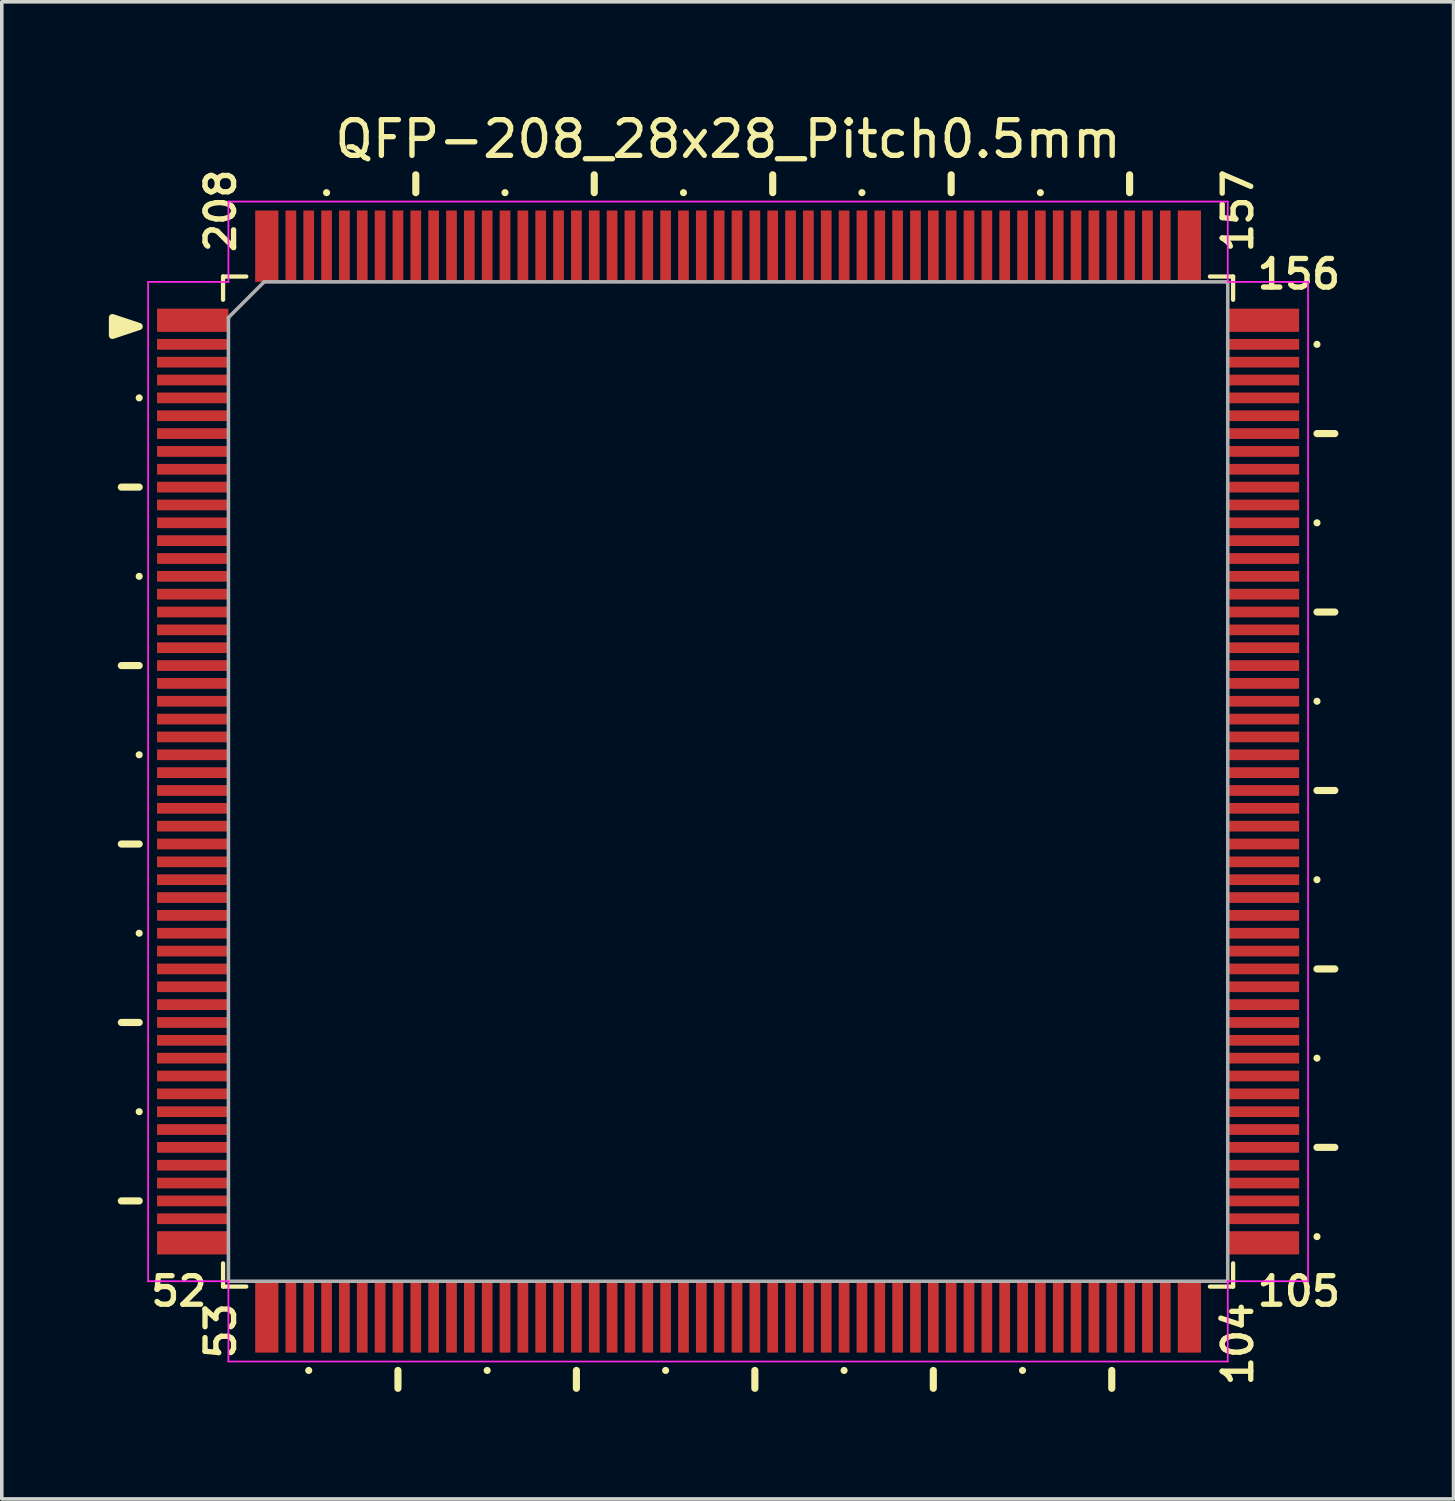
<source format=kicad_pcb>
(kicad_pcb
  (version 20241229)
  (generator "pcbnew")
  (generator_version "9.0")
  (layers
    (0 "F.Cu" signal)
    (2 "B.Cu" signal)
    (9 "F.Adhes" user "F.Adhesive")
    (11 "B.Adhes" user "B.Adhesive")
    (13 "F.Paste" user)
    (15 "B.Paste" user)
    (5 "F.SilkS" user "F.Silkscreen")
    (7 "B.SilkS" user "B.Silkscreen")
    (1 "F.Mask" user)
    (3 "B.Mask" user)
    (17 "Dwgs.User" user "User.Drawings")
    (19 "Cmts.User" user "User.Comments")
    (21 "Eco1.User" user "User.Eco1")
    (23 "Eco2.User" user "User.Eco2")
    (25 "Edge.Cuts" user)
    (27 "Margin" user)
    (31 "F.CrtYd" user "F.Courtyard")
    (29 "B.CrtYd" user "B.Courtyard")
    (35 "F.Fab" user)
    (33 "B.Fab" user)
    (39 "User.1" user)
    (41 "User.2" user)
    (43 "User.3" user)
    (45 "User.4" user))
  (footprint "QFP-208_28x28_Pitch0.5mm"
    (layer "F.Cu")
    (at 17.35 18.848)
    (property "Reference" "QFP-208_28x28_Pitch0.5mm" (at 0 -18 0) (layer "F.SilkS") (effects (font (size 1 1) (thickness 0.15))))
    (attr smd)
    (fp_line (start -16.5 -10.75) (end -16.5 -10.75) (stroke (width 0.2) (type default)) (layer "F.SilkS"))
    (fp_line (start -16.5 -8.25) (end -17 -8.25) (stroke (width 0.2) (type default)) (layer "F.SilkS"))
    (fp_line (start -16.5 -5.75) (end -16.5 -5.75) (stroke (width 0.2) (type default)) (layer "F.SilkS"))
    (fp_line (start -16.5 -3.25) (end -17 -3.25) (stroke (width 0.2) (type default)) (layer "F.SilkS"))
    (fp_line (start -16.5 -0.75) (end -16.5 -0.75) (stroke (width 0.2) (type default)) (layer "F.SilkS"))
    (fp_line (start -16.5 1.75) (end -17 1.75) (stroke (width 0.2) (type default)) (layer "F.SilkS"))
    (fp_line (start -16.5 4.25) (end -16.5 4.25) (stroke (width 0.2) (type default)) (layer "F.SilkS"))
    (fp_line (start -16.5 6.75) (end -17 6.75) (stroke (width 0.2) (type default)) (layer "F.SilkS"))
    (fp_line (start -16.5 9.25) (end -16.5 9.25) (stroke (width 0.2) (type default)) (layer "F.SilkS"))
    (fp_line (start -16.5 11.75) (end -17 11.75) (stroke (width 0.2) (type default)) (layer "F.SilkS"))
    (fp_line (start -14.15 -14.15) (end -14.15 -13.5) (stroke (width 0.12) (type default)) (layer "F.SilkS"))
    (fp_line (start -14.15 14.15) (end -14.15 13.5) (stroke (width 0.12) (type default)) (layer "F.SilkS"))
    (fp_line (start -13.5 -14.15) (end -14.15 -14.15) (stroke (width 0.12) (type default)) (layer "F.SilkS"))
    (fp_line (start -13.5 14.15) (end -14.15 14.15) (stroke (width 0.12) (type default)) (layer "F.SilkS"))
    (fp_line (start -11.75 16.5) (end -11.75 16.5) (stroke (width 0.2) (type default)) (layer "F.SilkS"))
    (fp_line (start -11.25 -16.5) (end -11.25 -16.5) (stroke (width 0.2) (type default)) (layer "F.SilkS"))
    (fp_line (start -9.25 16.5) (end -9.25 17) (stroke (width 0.2) (type default)) (layer "F.SilkS"))
    (fp_line (start -8.75 -16.5) (end -8.75 -17) (stroke (width 0.2) (type default)) (layer "F.SilkS"))
    (fp_line (start -6.75 16.5) (end -6.75 16.5) (stroke (width 0.2) (type default)) (layer "F.SilkS"))
    (fp_line (start -6.25 -16.5) (end -6.25 -16.5) (stroke (width 0.2) (type default)) (layer "F.SilkS"))
    (fp_line (start -4.25 16.5) (end -4.25 17) (stroke (width 0.2) (type default)) (layer "F.SilkS"))
    (fp_line (start -3.75 -16.5) (end -3.75 -17) (stroke (width 0.2) (type default)) (layer "F.SilkS"))
    (fp_line (start -1.75 16.5) (end -1.75 16.5) (stroke (width 0.2) (type default)) (layer "F.SilkS"))
    (fp_line (start -1.25 -16.5) (end -1.25 -16.5) (stroke (width 0.2) (type default)) (layer "F.SilkS"))
    (fp_line (start 0.75 16.5) (end 0.75 17) (stroke (width 0.2) (type default)) (layer "F.SilkS"))
    (fp_line (start 1.25 -16.5) (end 1.25 -17) (stroke (width 0.2) (type default)) (layer "F.SilkS"))
    (fp_line (start 3.25 16.5) (end 3.25 16.5) (stroke (width 0.2) (type default)) (layer "F.SilkS"))
    (fp_line (start 3.75 -16.5) (end 3.75 -16.5) (stroke (width 0.2) (type default)) (layer "F.SilkS"))
    (fp_line (start 5.75 16.5) (end 5.75 17) (stroke (width 0.2) (type default)) (layer "F.SilkS"))
    (fp_line (start 6.25 -16.5) (end 6.25 -17) (stroke (width 0.2) (type default)) (layer "F.SilkS"))
    (fp_line (start 8.25 16.5) (end 8.25 16.5) (stroke (width 0.2) (type default)) (layer "F.SilkS"))
    (fp_line (start 8.75 -16.5) (end 8.75 -16.5) (stroke (width 0.2) (type default)) (layer "F.SilkS"))
    (fp_line (start 10.75 16.5) (end 10.75 17) (stroke (width 0.2) (type default)) (layer "F.SilkS"))
    (fp_line (start 11.25 -16.5) (end 11.25 -17) (stroke (width 0.2) (type default)) (layer "F.SilkS"))
    (fp_line (start 13.5 -14.15) (end 14.15 -14.15) (stroke (width 0.12) (type default)) (layer "F.SilkS"))
    (fp_line (start 13.5 14.15) (end 14.15 14.15) (stroke (width 0.12) (type default)) (layer "F.SilkS"))
    (fp_line (start 14.15 -14.15) (end 14.15 -13.5) (stroke (width 0.12) (type default)) (layer "F.SilkS"))
    (fp_line (start 14.15 14.15) (end 14.15 13.5) (stroke (width 0.12) (type default)) (layer "F.SilkS"))
    (fp_line (start 16.5 -12.25) (end 16.5 -12.25) (stroke (width 0.2) (type default)) (layer "F.SilkS"))
    (fp_line (start 16.5 -9.75) (end 17 -9.75) (stroke (width 0.2) (type default)) (layer "F.SilkS"))
    (fp_line (start 16.5 -7.25) (end 16.5 -7.25) (stroke (width 0.2) (type default)) (layer "F.SilkS"))
    (fp_line (start 16.5 -4.75) (end 17 -4.75) (stroke (width 0.2) (type default)) (layer "F.SilkS"))
    (fp_line (start 16.5 -2.25) (end 16.5 -2.25) (stroke (width 0.2) (type default)) (layer "F.SilkS"))
    (fp_line (start 16.5 0.25) (end 17 0.25) (stroke (width 0.2) (type default)) (layer "F.SilkS"))
    (fp_line (start 16.5 2.75) (end 16.5 2.75) (stroke (width 0.2) (type default)) (layer "F.SilkS"))
    (fp_line (start 16.5 5.25) (end 17 5.25) (stroke (width 0.2) (type default)) (layer "F.SilkS"))
    (fp_line (start 16.5 7.75) (end 16.5 7.75) (stroke (width 0.2) (type default)) (layer "F.SilkS"))
    (fp_line (start 16.5 10.25) (end 17 10.25) (stroke (width 0.2) (type default)) (layer "F.SilkS"))
    (fp_line (start 16.5 12.75) (end 16.5 12.75) (stroke (width 0.2) (type default)) (layer "F.SilkS"))
    (fp_poly (pts (xy -16.5 -12.75) (xy -17.25 -13) (xy -17.25 -12.5)) (stroke (width 0.2) (type solid)) (fill yes) (layer "F.SilkS"))
    (fp_line (start -16.25 14) (end -16.25 -14) (stroke (width 0.05) (type default)) (layer "F.CrtYd"))
    (fp_line (start -16.25 14) (end -14 14) (stroke (width 0.05) (type default)) (layer "F.CrtYd"))
    (fp_line (start -14 -16.25) (end -14 -14) (stroke (width 0.05) (type default)) (layer "F.CrtYd"))
    (fp_line (start -14 -16.25) (end 14 -16.25) (stroke (width 0.05) (type default)) (layer "F.CrtYd"))
    (fp_line (start -14 -14) (end -16.25 -14) (stroke (width 0.05) (type default)) (layer "F.CrtYd"))
    (fp_line (start -14 14) (end -14 16.25) (stroke (width 0.05) (type default)) (layer "F.CrtYd"))
    (fp_line (start 14 -14) (end 14 -16.25) (stroke (width 0.05) (type default)) (layer "F.CrtYd"))
    (fp_line (start 14 14) (end 16.25 14) (stroke (width 0.05) (type default)) (layer "F.CrtYd"))
    (fp_line (start 14 16.25) (end -14 16.25) (stroke (width 0.05) (type default)) (layer "F.CrtYd"))
    (fp_line (start 14 16.25) (end 14 14) (stroke (width 0.05) (type default)) (layer "F.CrtYd"))
    (fp_line (start 16.25 -14) (end 14 -14) (stroke (width 0.05) (type default)) (layer "F.CrtYd"))
    (fp_line (start 16.25 -14) (end 16.25 14) (stroke (width 0.05) (type default)) (layer "F.CrtYd"))
    (fp_line (start -14 -13) (end -14 14) (stroke (width 0.1) (type default)) (layer "F.Fab"))
    (fp_line (start -14 14) (end 14 14) (stroke (width 0.1) (type default)) (layer "F.Fab"))
    (fp_line (start -13 -14) (end -14 -13) (stroke (width 0.1) (type default)) (layer "F.Fab"))
    (fp_line (start 14 -14) (end -13 -14) (stroke (width 0.1) (type default)) (layer "F.Fab"))
    (fp_line (start 14 14) (end 14 -14) (stroke (width 0.1) (type default)) (layer "F.Fab"))
    (fp_text user "104" (at 14.75 17 90) (unlocked yes) (layer "F.SilkS") (effects (font (size 0.8 0.8) (thickness 0.15) (bold yes)) (justify left bottom)))
    (fp_text user "156" (at 14.75 -13.75 0) (unlocked yes) (layer "F.SilkS") (effects (font (size 0.8 0.8) (thickness 0.15) (bold yes)) (justify left bottom)))
    (fp_text user "52" (at -16.25 14.75 0) (unlocked yes) (layer "F.SilkS") (effects (font (size 0.8 0.8) (thickness 0.15) (bold yes)) (justify left bottom)))
    (fp_text user "105" (at 14.75 14.75 0) (unlocked yes) (layer "F.SilkS") (effects (font (size 0.8 0.8) (thickness 0.15) (bold yes)) (justify left bottom)))
    (fp_text user "157" (at 14.75 -14.75 90) (unlocked yes) (layer "F.SilkS") (effects (font (size 0.8 0.8) (thickness 0.15) (bold yes)) (justify left bottom)))
    (fp_text user "208" (at -13.75 -14.75 90) (unlocked yes) (layer "F.SilkS") (effects (font (size 0.8 0.8) (thickness 0.15) (bold yes)) (justify left bottom)))
    (fp_text user "53" (at -13.75 16.25 90) (unlocked yes) (layer "F.SilkS") (effects (font (size 0.8 0.8) (thickness 0.15) (bold yes)) (justify left bottom)))
    (pad "1" smd rect (at -15 -12.925 90) (size 0.65 2) (layers "F.Cu" "F.Mask" "F.Paste"))
    (pad "2" smd rect (at -15 -12.25 90) (size 0.3 2) (layers "F.Cu" "F.Mask" "F.Paste"))
    (pad "3" smd rect (at -15 -11.75 90) (size 0.3 2) (layers "F.Cu" "F.Mask" "F.Paste"))
    (pad "4" smd rect (at -15 -11.25 90) (size 0.3 2) (layers "F.Cu" "F.Mask" "F.Paste"))
    (pad "5" smd rect (at -15 -10.75 90) (size 0.3 2) (layers "F.Cu" "F.Mask" "F.Paste"))
    (pad "6" smd rect (at -15 -10.25 90) (size 0.3 2) (layers "F.Cu" "F.Mask" "F.Paste"))
    (pad "7" smd rect (at -15 -9.75 90) (size 0.3 2) (layers "F.Cu" "F.Mask" "F.Paste"))
    (pad "8" smd rect (at -15 -9.25 90) (size 0.3 2) (layers "F.Cu" "F.Mask" "F.Paste"))
    (pad "9" smd rect (at -15 -8.75 90) (size 0.3 2) (layers "F.Cu" "F.Mask" "F.Paste"))
    (pad "10" smd rect (at -15 -8.25 90) (size 0.3 2) (layers "F.Cu" "F.Mask" "F.Paste"))
    (pad "11" smd rect (at -15 -7.75 90) (size 0.3 2) (layers "F.Cu" "F.Mask" "F.Paste"))
    (pad "12" smd rect (at -15 -7.25 90) (size 0.3 2) (layers "F.Cu" "F.Mask" "F.Paste"))
    (pad "13" smd rect (at -15 -6.75 90) (size 0.3 2) (layers "F.Cu" "F.Mask" "F.Paste"))
    (pad "14" smd rect (at -15 -6.25 90) (size 0.3 2) (layers "F.Cu" "F.Mask" "F.Paste"))
    (pad "15" smd rect (at -15 -5.75 90) (size 0.3 2) (layers "F.Cu" "F.Mask" "F.Paste"))
    (pad "16" smd rect (at -15 -5.25 90) (size 0.3 2) (layers "F.Cu" "F.Mask" "F.Paste"))
    (pad "17" smd rect (at -15 -4.75 90) (size 0.3 2) (layers "F.Cu" "F.Mask" "F.Paste"))
    (pad "18" smd rect (at -15 -4.25 90) (size 0.3 2) (layers "F.Cu" "F.Mask" "F.Paste"))
    (pad "19" smd rect (at -15 -3.75 90) (size 0.3 2) (layers "F.Cu" "F.Mask" "F.Paste"))
    (pad "20" smd rect (at -15 -3.25 90) (size 0.3 2) (layers "F.Cu" "F.Mask" "F.Paste"))
    (pad "21" smd rect (at -15 -2.75 90) (size 0.3 2) (layers "F.Cu" "F.Mask" "F.Paste"))
    (pad "22" smd rect (at -15 -2.25 90) (size 0.3 2) (layers "F.Cu" "F.Mask" "F.Paste"))
    (pad "23" smd rect (at -15 -1.75 90) (size 0.3 2) (layers "F.Cu" "F.Mask" "F.Paste"))
    (pad "24" smd rect (at -15 -1.25 90) (size 0.3 2) (layers "F.Cu" "F.Mask" "F.Paste"))
    (pad "25" smd rect (at -15 -0.75 90) (size 0.3 2) (layers "F.Cu" "F.Mask" "F.Paste"))
    (pad "26" smd rect (at -15 -0.25 90) (size 0.3 2) (layers "F.Cu" "F.Mask" "F.Paste"))
    (pad "27" smd rect (at -15 0.25 90) (size 0.3 2) (layers "F.Cu" "F.Mask" "F.Paste"))
    (pad "28" smd rect (at -15 0.75 90) (size 0.3 2) (layers "F.Cu" "F.Mask" "F.Paste"))
    (pad "29" smd rect (at -15 1.25 90) (size 0.3 2) (layers "F.Cu" "F.Mask" "F.Paste"))
    (pad "30" smd rect (at -15 1.75 90) (size 0.3 2) (layers "F.Cu" "F.Mask" "F.Paste"))
    (pad "31" smd rect (at -15 2.25 90) (size 0.3 2) (layers "F.Cu" "F.Mask" "F.Paste"))
    (pad "32" smd rect (at -15 2.75 90) (size 0.3 2) (layers "F.Cu" "F.Mask" "F.Paste"))
    (pad "33" smd rect (at -15 3.25 90) (size 0.3 2) (layers "F.Cu" "F.Mask" "F.Paste"))
    (pad "34" smd rect (at -15 3.75 90) (size 0.3 2) (layers "F.Cu" "F.Mask" "F.Paste"))
    (pad "35" smd rect (at -15 4.25 90) (size 0.3 2) (layers "F.Cu" "F.Mask" "F.Paste"))
    (pad "36" smd rect (at -15 4.75 90) (size 0.3 2) (layers "F.Cu" "F.Mask" "F.Paste"))
    (pad "37" smd rect (at -15 5.25 90) (size 0.3 2) (layers "F.Cu" "F.Mask" "F.Paste"))
    (pad "38" smd rect (at -15 5.75 90) (size 0.3 2) (layers "F.Cu" "F.Mask" "F.Paste"))
    (pad "39" smd rect (at -15 6.25 90) (size 0.3 2) (layers "F.Cu" "F.Mask" "F.Paste"))
    (pad "40" smd rect (at -15 6.75 90) (size 0.3 2) (layers "F.Cu" "F.Mask" "F.Paste"))
    (pad "41" smd rect (at -15 7.25 90) (size 0.3 2) (layers "F.Cu" "F.Mask" "F.Paste"))
    (pad "42" smd rect (at -15 7.75 90) (size 0.3 2) (layers "F.Cu" "F.Mask" "F.Paste"))
    (pad "43" smd rect (at -15 8.25 90) (size 0.3 2) (layers "F.Cu" "F.Mask" "F.Paste"))
    (pad "44" smd rect (at -15 8.75 90) (size 0.3 2) (layers "F.Cu" "F.Mask" "F.Paste"))
    (pad "45" smd rect (at -15 9.25 90) (size 0.3 2) (layers "F.Cu" "F.Mask" "F.Paste"))
    (pad "46" smd rect (at -15 9.75 90) (size 0.3 2) (layers "F.Cu" "F.Mask" "F.Paste"))
    (pad "47" smd rect (at -15 10.25 90) (size 0.3 2) (layers "F.Cu" "F.Mask" "F.Paste"))
    (pad "48" smd rect (at -15 10.75 90) (size 0.3 2) (layers "F.Cu" "F.Mask" "F.Paste"))
    (pad "49" smd rect (at -15 11.25 90) (size 0.3 2) (layers "F.Cu" "F.Mask" "F.Paste"))
    (pad "50" smd rect (at -15 11.75 90) (size 0.3 2) (layers "F.Cu" "F.Mask" "F.Paste"))
    (pad "51" smd rect (at -15 12.25 90) (size 0.3 2) (layers "F.Cu" "F.Mask" "F.Paste"))
    (pad "52" smd rect (at -15 12.925 90) (size 0.65 2) (layers "F.Cu" "F.Mask" "F.Paste"))
    (pad "53" smd rect (at -12.925 15) (size 0.65 2) (layers "F.Cu" "F.Mask" "F.Paste"))
    (pad "54" smd rect (at -12.25 15) (size 0.3 2) (layers "F.Cu" "F.Mask" "F.Paste"))
    (pad "55" smd rect (at -11.75 15) (size 0.3 2) (layers "F.Cu" "F.Mask" "F.Paste"))
    (pad "56" smd rect (at -11.25 15) (size 0.3 2) (layers "F.Cu" "F.Mask" "F.Paste"))
    (pad "57" smd rect (at -10.75 15) (size 0.3 2) (layers "F.Cu" "F.Mask" "F.Paste"))
    (pad "58" smd rect (at -10.25 15) (size 0.3 2) (layers "F.Cu" "F.Mask" "F.Paste"))
    (pad "59" smd rect (at -9.75 15) (size 0.3 2) (layers "F.Cu" "F.Mask" "F.Paste"))
    (pad "60" smd rect (at -9.25 15) (size 0.3 2) (layers "F.Cu" "F.Mask" "F.Paste"))
    (pad "61" smd rect (at -8.75 15) (size 0.3 2) (layers "F.Cu" "F.Mask" "F.Paste"))
    (pad "62" smd rect (at -8.25 15) (size 0.3 2) (layers "F.Cu" "F.Mask" "F.Paste"))
    (pad "63" smd rect (at -7.75 15) (size 0.3 2) (layers "F.Cu" "F.Mask" "F.Paste"))
    (pad "64" smd rect (at -7.25 15) (size 0.3 2) (layers "F.Cu" "F.Mask" "F.Paste"))
    (pad "65" smd rect (at -6.75 15) (size 0.3 2) (layers "F.Cu" "F.Mask" "F.Paste"))
    (pad "66" smd rect (at -6.25 15) (size 0.3 2) (layers "F.Cu" "F.Mask" "F.Paste"))
    (pad "67" smd rect (at -5.75 15) (size 0.3 2) (layers "F.Cu" "F.Mask" "F.Paste"))
    (pad "68" smd rect (at -5.25 15) (size 0.3 2) (layers "F.Cu" "F.Mask" "F.Paste"))
    (pad "69" smd rect (at -4.75 15) (size 0.3 2) (layers "F.Cu" "F.Mask" "F.Paste"))
    (pad "70" smd rect (at -4.25 15) (size 0.3 2) (layers "F.Cu" "F.Mask" "F.Paste"))
    (pad "71" smd rect (at -3.75 15) (size 0.3 2) (layers "F.Cu" "F.Mask" "F.Paste"))
    (pad "72" smd rect (at -3.25 15) (size 0.3 2) (layers "F.Cu" "F.Mask" "F.Paste"))
    (pad "73" smd rect (at -2.75 15) (size 0.3 2) (layers "F.Cu" "F.Mask" "F.Paste"))
    (pad "74" smd rect (at -2.25 15) (size 0.3 2) (layers "F.Cu" "F.Mask" "F.Paste"))
    (pad "75" smd rect (at -1.75 15) (size 0.3 2) (layers "F.Cu" "F.Mask" "F.Paste"))
    (pad "76" smd rect (at -1.25 15) (size 0.3 2) (layers "F.Cu" "F.Mask" "F.Paste"))
    (pad "77" smd rect (at -0.75 15) (size 0.3 2) (layers "F.Cu" "F.Mask" "F.Paste"))
    (pad "78" smd rect (at -0.25 15) (size 0.3 2) (layers "F.Cu" "F.Mask" "F.Paste"))
    (pad "79" smd rect (at 0.25 15) (size 0.3 2) (layers "F.Cu" "F.Mask" "F.Paste"))
    (pad "80" smd rect (at 0.75 15) (size 0.3 2) (layers "F.Cu" "F.Mask" "F.Paste"))
    (pad "81" smd rect (at 1.25 15) (size 0.3 2) (layers "F.Cu" "F.Mask" "F.Paste"))
    (pad "82" smd rect (at 1.75 15) (size 0.3 2) (layers "F.Cu" "F.Mask" "F.Paste"))
    (pad "83" smd rect (at 2.25 15) (size 0.3 2) (layers "F.Cu" "F.Mask" "F.Paste"))
    (pad "84" smd rect (at 2.75 15) (size 0.3 2) (layers "F.Cu" "F.Mask" "F.Paste"))
    (pad "85" smd rect (at 3.25 15) (size 0.3 2) (layers "F.Cu" "F.Mask" "F.Paste"))
    (pad "86" smd rect (at 3.75 15) (size 0.3 2) (layers "F.Cu" "F.Mask" "F.Paste"))
    (pad "87" smd rect (at 4.25 15) (size 0.3 2) (layers "F.Cu" "F.Mask" "F.Paste"))
    (pad "88" smd rect (at 4.75 15) (size 0.3 2) (layers "F.Cu" "F.Mask" "F.Paste"))
    (pad "89" smd rect (at 5.25 15) (size 0.3 2) (layers "F.Cu" "F.Mask" "F.Paste"))
    (pad "90" smd rect (at 5.75 15) (size 0.3 2) (layers "F.Cu" "F.Mask" "F.Paste"))
    (pad "91" smd rect (at 6.25 15) (size 0.3 2) (layers "F.Cu" "F.Mask" "F.Paste"))
    (pad "92" smd rect (at 6.75 15) (size 0.3 2) (layers "F.Cu" "F.Mask" "F.Paste"))
    (pad "93" smd rect (at 7.25 15) (size 0.3 2) (layers "F.Cu" "F.Mask" "F.Paste"))
    (pad "94" smd rect (at 7.75 15) (size 0.3 2) (layers "F.Cu" "F.Mask" "F.Paste"))
    (pad "95" smd rect (at 8.25 15) (size 0.3 2) (layers "F.Cu" "F.Mask" "F.Paste"))
    (pad "96" smd rect (at 8.75 15) (size 0.3 2) (layers "F.Cu" "F.Mask" "F.Paste"))
    (pad "97" smd rect (at 9.25 15) (size 0.3 2) (layers "F.Cu" "F.Mask" "F.Paste"))
    (pad "98" smd rect (at 9.75 15) (size 0.3 2) (layers "F.Cu" "F.Mask" "F.Paste"))
    (pad "99" smd rect (at 10.25 15) (size 0.3 2) (layers "F.Cu" "F.Mask" "F.Paste"))
    (pad "100" smd rect (at 10.75 15) (size 0.3 2) (layers "F.Cu" "F.Mask" "F.Paste"))
    (pad "101" smd rect (at 11.25 15) (size 0.3 2) (layers "F.Cu" "F.Mask" "F.Paste"))
    (pad "102" smd rect (at 11.75 15) (size 0.3 2) (layers "F.Cu" "F.Mask" "F.Paste"))
    (pad "103" smd rect (at 12.25 15) (size 0.3 2) (layers "F.Cu" "F.Mask" "F.Paste"))
    (pad "104" smd rect (at 12.925 15) (size 0.65 2) (layers "F.Cu" "F.Mask" "F.Paste"))
    (pad "105" smd rect (at 15 12.925 90) (size 0.65 2) (layers "F.Cu" "F.Mask" "F.Paste"))
    (pad "106" smd rect (at 15 12.25 90) (size 0.3 2) (layers "F.Cu" "F.Mask" "F.Paste"))
    (pad "107" smd rect (at 15 11.75 90) (size 0.3 2) (layers "F.Cu" "F.Mask" "F.Paste"))
    (pad "108" smd rect (at 15 11.25 90) (size 0.3 2) (layers "F.Cu" "F.Mask" "F.Paste"))
    (pad "109" smd rect (at 15 10.75 90) (size 0.3 2) (layers "F.Cu" "F.Mask" "F.Paste"))
    (pad "110" smd rect (at 15 10.25 90) (size 0.3 2) (layers "F.Cu" "F.Mask" "F.Paste"))
    (pad "111" smd rect (at 15 9.75 90) (size 0.3 2) (layers "F.Cu" "F.Mask" "F.Paste"))
    (pad "112" smd rect (at 15 9.25 90) (size 0.3 2) (layers "F.Cu" "F.Mask" "F.Paste"))
    (pad "113" smd rect (at 15 8.75 90) (size 0.3 2) (layers "F.Cu" "F.Mask" "F.Paste"))
    (pad "114" smd rect (at 15 8.25 90) (size 0.3 2) (layers "F.Cu" "F.Mask" "F.Paste"))
    (pad "115" smd rect (at 15 7.75 90) (size 0.3 2) (layers "F.Cu" "F.Mask" "F.Paste"))
    (pad "116" smd rect (at 15 7.25 90) (size 0.3 2) (layers "F.Cu" "F.Mask" "F.Paste"))
    (pad "117" smd rect (at 15 6.75 90) (size 0.3 2) (layers "F.Cu" "F.Mask" "F.Paste"))
    (pad "118" smd rect (at 15 6.25 90) (size 0.3 2) (layers "F.Cu" "F.Mask" "F.Paste"))
    (pad "119" smd rect (at 15 5.75 90) (size 0.3 2) (layers "F.Cu" "F.Mask" "F.Paste"))
    (pad "120" smd rect (at 15 5.25 90) (size 0.3 2) (layers "F.Cu" "F.Mask" "F.Paste"))
    (pad "121" smd rect (at 15 4.75 90) (size 0.3 2) (layers "F.Cu" "F.Mask" "F.Paste"))
    (pad "122" smd rect (at 15 4.25 90) (size 0.3 2) (layers "F.Cu" "F.Mask" "F.Paste"))
    (pad "123" smd rect (at 15 3.75 90) (size 0.3 2) (layers "F.Cu" "F.Mask" "F.Paste"))
    (pad "124" smd rect (at 15 3.25 90) (size 0.3 2) (layers "F.Cu" "F.Mask" "F.Paste"))
    (pad "125" smd rect (at 15 2.75 90) (size 0.3 2) (layers "F.Cu" "F.Mask" "F.Paste"))
    (pad "126" smd rect (at 15 2.25 90) (size 0.3 2) (layers "F.Cu" "F.Mask" "F.Paste"))
    (pad "127" smd rect (at 15 1.75 90) (size 0.3 2) (layers "F.Cu" "F.Mask" "F.Paste"))
    (pad "128" smd rect (at 15 1.25 90) (size 0.3 2) (layers "F.Cu" "F.Mask" "F.Paste"))
    (pad "129" smd rect (at 15 0.75 90) (size 0.3 2) (layers "F.Cu" "F.Mask" "F.Paste"))
    (pad "130" smd rect (at 15 0.25 90) (size 0.3 2) (layers "F.Cu" "F.Mask" "F.Paste"))
    (pad "131" smd rect (at 15 -0.25 90) (size 0.3 2) (layers "F.Cu" "F.Mask" "F.Paste"))
    (pad "132" smd rect (at 15 -0.75 90) (size 0.3 2) (layers "F.Cu" "F.Mask" "F.Paste"))
    (pad "133" smd rect (at 15 -1.25 90) (size 0.3 2) (layers "F.Cu" "F.Mask" "F.Paste"))
    (pad "134" smd rect (at 15 -1.75 90) (size 0.3 2) (layers "F.Cu" "F.Mask" "F.Paste"))
    (pad "135" smd rect (at 15 -2.25 90) (size 0.3 2) (layers "F.Cu" "F.Mask" "F.Paste"))
    (pad "136" smd rect (at 15 -2.75 90) (size 0.3 2) (layers "F.Cu" "F.Mask" "F.Paste"))
    (pad "137" smd rect (at 15 -3.25 90) (size 0.3 2) (layers "F.Cu" "F.Mask" "F.Paste"))
    (pad "138" smd rect (at 15 -3.75 90) (size 0.3 2) (layers "F.Cu" "F.Mask" "F.Paste"))
    (pad "139" smd rect (at 15 -4.25 90) (size 0.3 2) (layers "F.Cu" "F.Mask" "F.Paste"))
    (pad "140" smd rect (at 15 -4.75 90) (size 0.3 2) (layers "F.Cu" "F.Mask" "F.Paste"))
    (pad "141" smd rect (at 15 -5.25 90) (size 0.3 2) (layers "F.Cu" "F.Mask" "F.Paste"))
    (pad "142" smd rect (at 15 -5.75 90) (size 0.3 2) (layers "F.Cu" "F.Mask" "F.Paste"))
    (pad "143" smd rect (at 15 -6.25 90) (size 0.3 2) (layers "F.Cu" "F.Mask" "F.Paste"))
    (pad "144" smd rect (at 15 -6.75 90) (size 0.3 2) (layers "F.Cu" "F.Mask" "F.Paste"))
    (pad "145" smd rect (at 15 -7.25 90) (size 0.3 2) (layers "F.Cu" "F.Mask" "F.Paste"))
    (pad "146" smd rect (at 15 -7.75 90) (size 0.3 2) (layers "F.Cu" "F.Mask" "F.Paste"))
    (pad "147" smd rect (at 15 -8.25 90) (size 0.3 2) (layers "F.Cu" "F.Mask" "F.Paste"))
    (pad "148" smd rect (at 15 -8.75 90) (size 0.3 2) (layers "F.Cu" "F.Mask" "F.Paste"))
    (pad "149" smd rect (at 15 -9.25 90) (size 0.3 2) (layers "F.Cu" "F.Mask" "F.Paste"))
    (pad "150" smd rect (at 15 -9.75 90) (size 0.3 2) (layers "F.Cu" "F.Mask" "F.Paste"))
    (pad "151" smd rect (at 15 -10.25 90) (size 0.3 2) (layers "F.Cu" "F.Mask" "F.Paste"))
    (pad "152" smd rect (at 15 -10.75 90) (size 0.3 2) (layers "F.Cu" "F.Mask" "F.Paste"))
    (pad "153" smd rect (at 15 -11.25 90) (size 0.3 2) (layers "F.Cu" "F.Mask" "F.Paste"))
    (pad "154" smd rect (at 15 -11.75 90) (size 0.3 2) (layers "F.Cu" "F.Mask" "F.Paste"))
    (pad "155" smd rect (at 15 -12.25 90) (size 0.3 2) (layers "F.Cu" "F.Mask" "F.Paste"))
    (pad "156" smd rect (at 15 -12.925 90) (size 0.65 2) (layers "F.Cu" "F.Mask" "F.Paste"))
    (pad "157" smd rect (at 12.925 -15) (size 0.65 2) (layers "F.Cu" "F.Mask" "F.Paste"))
    (pad "158" smd rect (at 12.25 -15) (size 0.3 2) (layers "F.Cu" "F.Mask" "F.Paste"))
    (pad "159" smd rect (at 11.75 -15) (size 0.3 2) (layers "F.Cu" "F.Mask" "F.Paste"))
    (pad "160" smd rect (at 11.25 -15) (size 0.3 2) (layers "F.Cu" "F.Mask" "F.Paste"))
    (pad "161" smd rect (at 10.75 -15) (size 0.3 2) (layers "F.Cu" "F.Mask" "F.Paste"))
    (pad "162" smd rect (at 10.25 -15) (size 0.3 2) (layers "F.Cu" "F.Mask" "F.Paste"))
    (pad "163" smd rect (at 9.75 -15) (size 0.3 2) (layers "F.Cu" "F.Mask" "F.Paste"))
    (pad "164" smd rect (at 9.25 -15) (size 0.3 2) (layers "F.Cu" "F.Mask" "F.Paste"))
    (pad "165" smd rect (at 8.75 -15) (size 0.3 2) (layers "F.Cu" "F.Mask" "F.Paste"))
    (pad "166" smd rect (at 8.25 -15) (size 0.3 2) (layers "F.Cu" "F.Mask" "F.Paste"))
    (pad "167" smd rect (at 7.75 -15) (size 0.3 2) (layers "F.Cu" "F.Mask" "F.Paste"))
    (pad "168" smd rect (at 7.25 -15) (size 0.3 2) (layers "F.Cu" "F.Mask" "F.Paste"))
    (pad "169" smd rect (at 6.75 -15) (size 0.3 2) (layers "F.Cu" "F.Mask" "F.Paste"))
    (pad "170" smd rect (at 6.25 -15) (size 0.3 2) (layers "F.Cu" "F.Mask" "F.Paste"))
    (pad "171" smd rect (at 5.75 -15) (size 0.3 2) (layers "F.Cu" "F.Mask" "F.Paste"))
    (pad "172" smd rect (at 5.25 -15) (size 0.3 2) (layers "F.Cu" "F.Mask" "F.Paste"))
    (pad "173" smd rect (at 4.75 -15) (size 0.3 2) (layers "F.Cu" "F.Mask" "F.Paste"))
    (pad "174" smd rect (at 4.25 -15) (size 0.3 2) (layers "F.Cu" "F.Mask" "F.Paste"))
    (pad "175" smd rect (at 3.75 -15) (size 0.3 2) (layers "F.Cu" "F.Mask" "F.Paste"))
    (pad "176" smd rect (at 3.25 -15) (size 0.3 2) (layers "F.Cu" "F.Mask" "F.Paste"))
    (pad "177" smd rect (at 2.75 -15) (size 0.3 2) (layers "F.Cu" "F.Mask" "F.Paste"))
    (pad "178" smd rect (at 2.25 -15) (size 0.3 2) (layers "F.Cu" "F.Mask" "F.Paste"))
    (pad "179" smd rect (at 1.75 -15) (size 0.3 2) (layers "F.Cu" "F.Mask" "F.Paste"))
    (pad "180" smd rect (at 1.25 -15) (size 0.3 2) (layers "F.Cu" "F.Mask" "F.Paste"))
    (pad "181" smd rect (at 0.75 -15) (size 0.3 2) (layers "F.Cu" "F.Mask" "F.Paste"))
    (pad "182" smd rect (at 0.25 -15) (size 0.3 2) (layers "F.Cu" "F.Mask" "F.Paste"))
    (pad "183" smd rect (at -0.25 -15) (size 0.3 2) (layers "F.Cu" "F.Mask" "F.Paste"))
    (pad "184" smd rect (at -0.75 -15) (size 0.3 2) (layers "F.Cu" "F.Mask" "F.Paste"))
    (pad "185" smd rect (at -1.25 -15) (size 0.3 2) (layers "F.Cu" "F.Mask" "F.Paste"))
    (pad "186" smd rect (at -1.75 -15) (size 0.3 2) (layers "F.Cu" "F.Mask" "F.Paste"))
    (pad "187" smd rect (at -2.25 -15) (size 0.3 2) (layers "F.Cu" "F.Mask" "F.Paste"))
    (pad "188" smd rect (at -2.75 -15) (size 0.3 2) (layers "F.Cu" "F.Mask" "F.Paste"))
    (pad "189" smd rect (at -3.25 -15) (size 0.3 2) (layers "F.Cu" "F.Mask" "F.Paste"))
    (pad "190" smd rect (at -3.75 -15) (size 0.3 2) (layers "F.Cu" "F.Mask" "F.Paste"))
    (pad "191" smd rect (at -4.25 -15) (size 0.3 2) (layers "F.Cu" "F.Mask" "F.Paste"))
    (pad "192" smd rect (at -4.75 -15) (size 0.3 2) (layers "F.Cu" "F.Mask" "F.Paste"))
    (pad "193" smd rect (at -5.25 -15) (size 0.3 2) (layers "F.Cu" "F.Mask" "F.Paste"))
    (pad "194" smd rect (at -5.75 -15) (size 0.3 2) (layers "F.Cu" "F.Mask" "F.Paste"))
    (pad "195" smd rect (at -6.25 -15) (size 0.3 2) (layers "F.Cu" "F.Mask" "F.Paste"))
    (pad "196" smd rect (at -6.75 -15) (size 0.3 2) (layers "F.Cu" "F.Mask" "F.Paste"))
    (pad "197" smd rect (at -7.25 -15) (size 0.3 2) (layers "F.Cu" "F.Mask" "F.Paste"))
    (pad "198" smd rect (at -7.75 -15) (size 0.3 2) (layers "F.Cu" "F.Mask" "F.Paste"))
    (pad "199" smd rect (at -8.25 -15) (size 0.3 2) (layers "F.Cu" "F.Mask" "F.Paste"))
    (pad "200" smd rect (at -8.75 -15) (size 0.3 2) (layers "F.Cu" "F.Mask" "F.Paste"))
    (pad "201" smd rect (at -9.25 -15) (size 0.3 2) (layers "F.Cu" "F.Mask" "F.Paste"))
    (pad "202" smd rect (at -9.75 -15) (size 0.3 2) (layers "F.Cu" "F.Mask" "F.Paste"))
    (pad "203" smd rect (at -10.25 -15) (size 0.3 2) (layers "F.Cu" "F.Mask" "F.Paste"))
    (pad "204" smd rect (at -10.75 -15) (size 0.3 2) (layers "F.Cu" "F.Mask" "F.Paste"))
    (pad "205" smd rect (at -11.25 -15) (size 0.3 2) (layers "F.Cu" "F.Mask" "F.Paste"))
    (pad "206" smd rect (at -11.75 -15) (size 0.3 2) (layers "F.Cu" "F.Mask" "F.Paste"))
    (pad "207" smd rect (at -12.25 -15) (size 0.3 2) (layers "F.Cu" "F.Mask" "F.Paste"))
    (pad "208" smd rect (at -12.925 -15) (size 0.65 2) (layers "F.Cu" "F.Mask" "F.Paste")))
  (gr_rect
    (start -3 -3)
    (end 37.676 38.948)
    (stroke (width 0.1) (type default))
    (fill no)
    (layer "Edge.Cuts")))
</source>
